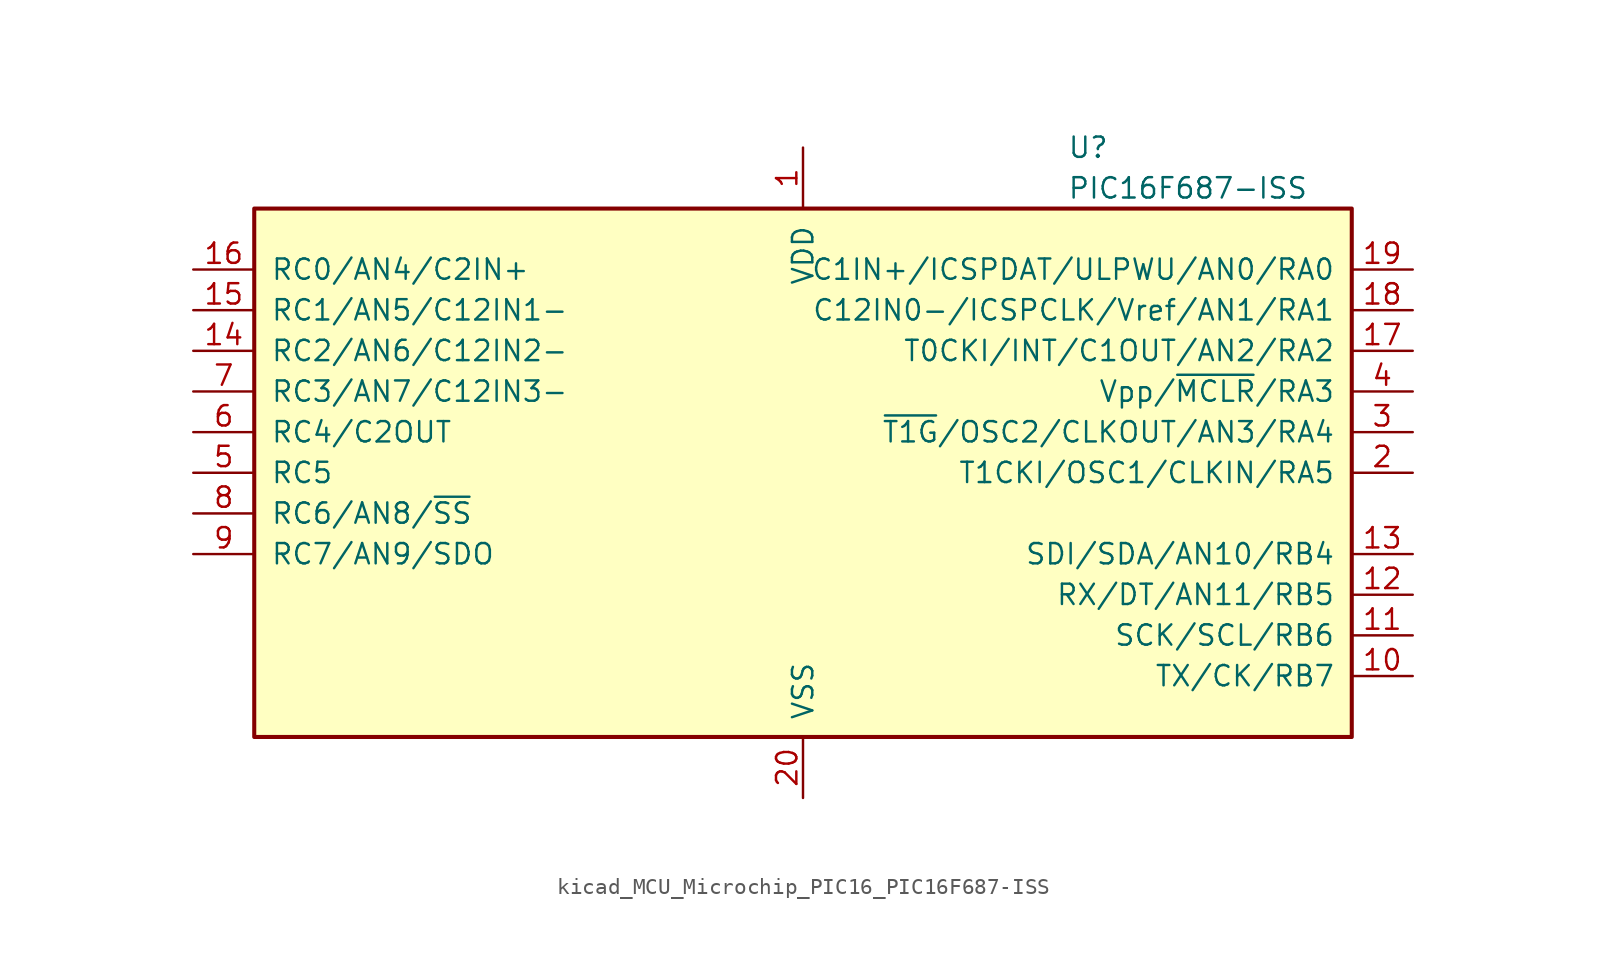
<source format=kicad_sym>
(kicad_symbol_lib
  (version 20220914)
  (generator kicad_symbol_editor)
  (symbol "kicad_MCU_Microchip_PIC16_PIC16F687-ISS"
    (pin_names
      (offset 1.016))
    (property "Reference" "U"
      (at 16.51 20.32 0)
      (effects (font (size 1.27 1.27)) (justify left)))
    (property "Value" "PIC16F687-ISS"
      (at 16.51 17.78 0)
      (effects (font (size 1.27 1.27)) (justify left)))
    (symbol "kicad_MCU_Microchip_PIC16_PIC16F687-ISS_0_1"
      (rectangle (start -34.29 16.51) (end 34.29 -16.51) (stroke (width 0.254) (type default)) (fill (type background))))
    (symbol "kicad_MCU_Microchip_PIC16_PIC16F687-ISS_1_1"
      (pin power_in line (at 0 20.32 270) (length 3.81) (name "VDD" (effects (font (size 1.27 1.27)))) (number "1" (effects (font (size 1.27 1.27)))))
      (pin bidirectional line (at 38.1 -12.7 180) (length 3.81) (name "TX/CK/RB7" (effects (font (size 1.27 1.27)))) (number "10" (effects (font (size 1.27 1.27)))))
      (pin bidirectional line (at 38.1 -10.16 180) (length 3.81) (name "SCK/SCL/RB6" (effects (font (size 1.27 1.27)))) (number "11" (effects (font (size 1.27 1.27)))))
      (pin bidirectional line (at 38.1 -7.62 180) (length 3.81) (name "RX/DT/AN11/RB5" (effects (font (size 1.27 1.27)))) (number "12" (effects (font (size 1.27 1.27)))))
      (pin bidirectional line (at 38.1 -5.08 180) (length 3.81) (name "SDI/SDA/AN10/RB4" (effects (font (size 1.27 1.27)))) (number "13" (effects (font (size 1.27 1.27)))))
      (pin bidirectional line (at -38.1 7.62 0) (length 3.81) (name "RC2/AN6/C12IN2-" (effects (font (size 1.27 1.27)))) (number "14" (effects (font (size 1.27 1.27)))))
      (pin bidirectional line (at -38.1 10.16 0) (length 3.81) (name "RC1/AN5/C12IN1-" (effects (font (size 1.27 1.27)))) (number "15" (effects (font (size 1.27 1.27)))))
      (pin bidirectional line (at -38.1 12.7 0) (length 3.81) (name "RC0/AN4/C2IN+" (effects (font (size 1.27 1.27)))) (number "16" (effects (font (size 1.27 1.27)))))
      (pin bidirectional line (at 38.1 7.62 180) (length 3.81) (name "T0CKI/INT/C1OUT/AN2/RA2" (effects (font (size 1.27 1.27)))) (number "17" (effects (font (size 1.27 1.27)))))
      (pin bidirectional line (at 38.1 10.16 180) (length 3.81) (name "C12IN0-/ICSPCLK/Vref/AN1/RA1" (effects (font (size 1.27 1.27)))) (number "18" (effects (font (size 1.27 1.27)))))
      (pin bidirectional line (at 38.1 12.7 180) (length 3.81) (name "C1IN+/ICSPDAT/ULPWU/AN0/RA0" (effects (font (size 1.27 1.27)))) (number "19" (effects (font (size 1.27 1.27)))))
      (pin bidirectional line (at 38.1 0 180) (length 3.81) (name "T1CKI/OSC1/CLKIN/RA5" (effects (font (size 1.27 1.27)))) (number "2" (effects (font (size 1.27 1.27)))))
      (pin power_in line (at 0 -20.32 90) (length 3.81) (name "VSS" (effects (font (size 1.27 1.27)))) (number "20" (effects (font (size 1.27 1.27)))))
      (pin bidirectional line (at 38.1 2.54 180) (length 3.81) (name "~{T1G}/OSC2/CLKOUT/AN3/RA4" (effects (font (size 1.27 1.27)))) (number "3" (effects (font (size 1.27 1.27)))))
      (pin input line (at 38.1 5.08 180) (length 3.81) (name "Vpp/~{MCLR}/RA3" (effects (font (size 1.27 1.27)))) (number "4" (effects (font (size 1.27 1.27)))))
      (pin bidirectional line (at -38.1 0 0) (length 3.81) (name "RC5" (effects (font (size 1.27 1.27)))) (number "5" (effects (font (size 1.27 1.27)))))
      (pin bidirectional line (at -38.1 2.54 0) (length 3.81) (name "RC4/C2OUT" (effects (font (size 1.27 1.27)))) (number "6" (effects (font (size 1.27 1.27)))))
      (pin bidirectional line (at -38.1 5.08 0) (length 3.81) (name "RC3/AN7/C12IN3-" (effects (font (size 1.27 1.27)))) (number "7" (effects (font (size 1.27 1.27)))))
      (pin bidirectional line (at -38.1 -2.54 0) (length 3.81) (name "RC6/AN8/~{SS}" (effects (font (size 1.27 1.27)))) (number "8" (effects (font (size 1.27 1.27)))))
      (pin bidirectional line (at -38.1 -5.08 0) (length 3.81) (name "RC7/AN9/SDO" (effects (font (size 1.27 1.27)))) (number "9" (effects (font (size 1.27 1.27))))))))
</source>
